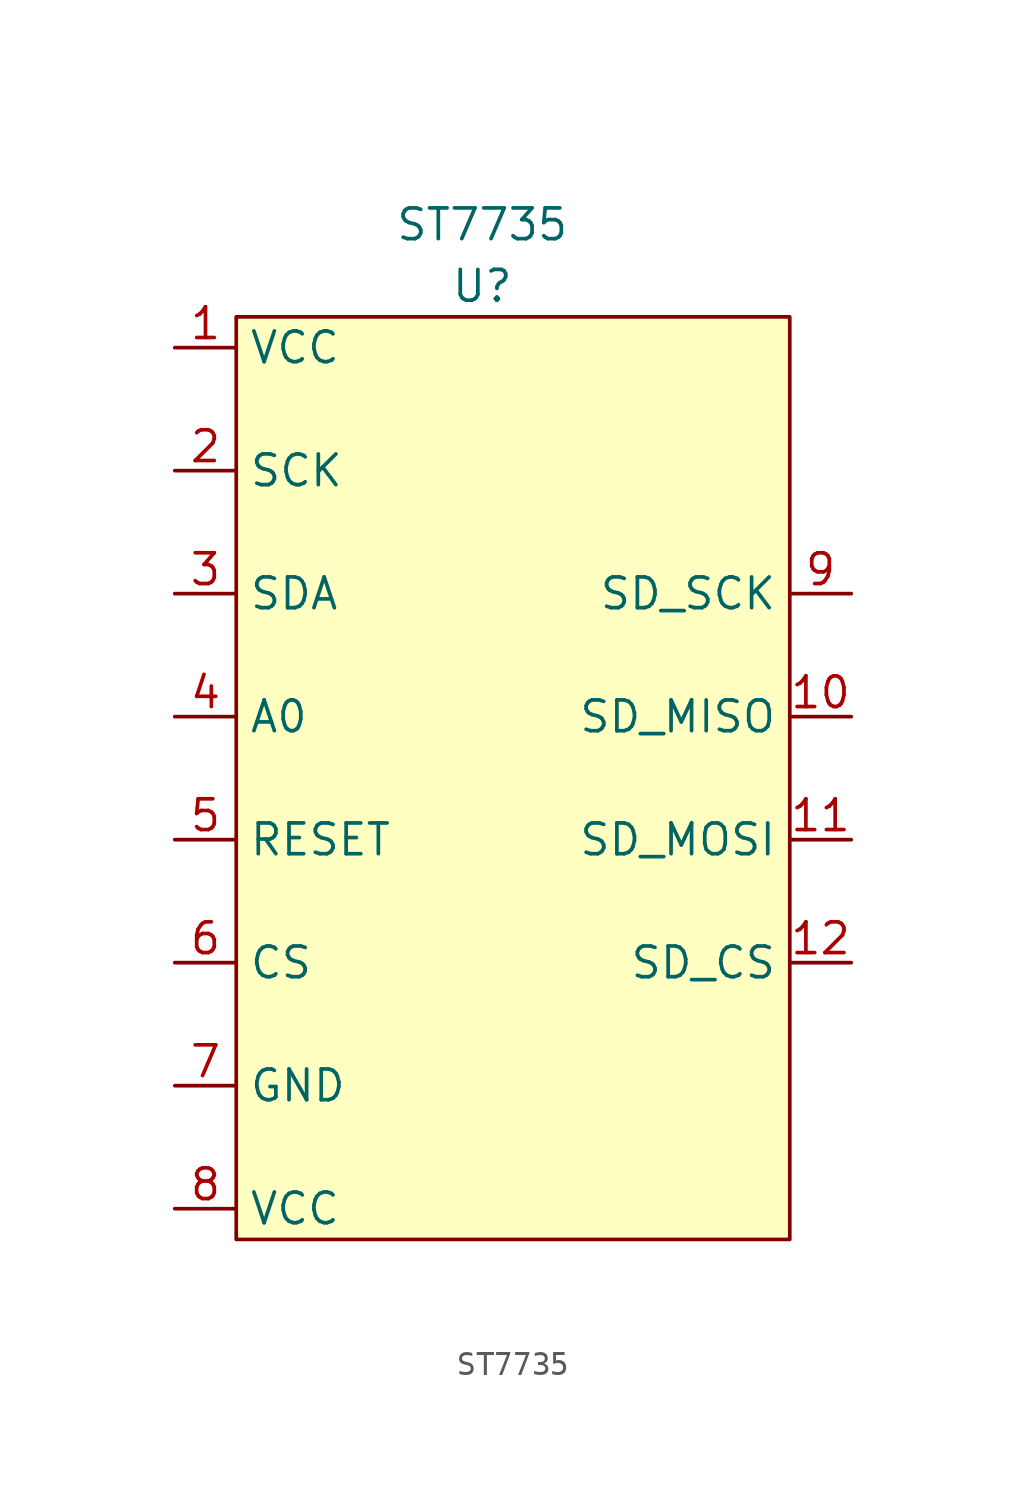
<source format=kicad_sym>
(kicad_symbol_lib
  (version 20211014)
  (generator kicad_symbol_editor)
  (symbol "ST7735"
    (property "Reference" "U"
      (at -1.27 20.32 0)
      (effects (font (size 1.27 1.27))))
    (property "Value" "ST7735"
      (at -1.27 22.86 0)
      (effects (font (size 1.27 1.27))))
    (symbol "ST7735_0_1"
      (rectangle (start -11.43 19.05) (end 11.43 -19.05) (stroke (width 0) (type default) (color 0 0 0 0)) (fill (type background))))
    (symbol "ST7735_1_1"
      (pin input line (at -13.97 17.78 0) (length 2.54) (name "VCC" (effects (font (size 1.27 1.27)))) (number "1" (effects (font (size 1.27 1.27)))))
      (pin output line (at 13.97 2.54 180) (length 2.54) (name "SD_MISO" (effects (font (size 1.27 1.27)))) (number "10" (effects (font (size 1.27 1.27)))))
      (pin output line (at 13.97 -2.54 180) (length 2.54) (name "SD_MOSI" (effects (font (size 1.27 1.27)))) (number "11" (effects (font (size 1.27 1.27)))))
      (pin output line (at 13.97 -7.62 180) (length 2.54) (name "SD_CS" (effects (font (size 1.27 1.27)))) (number "12" (effects (font (size 1.27 1.27)))))
      (pin input line (at -13.97 12.7 0) (length 2.54) (name "SCK" (effects (font (size 1.27 1.27)))) (number "2" (effects (font (size 1.27 1.27)))))
      (pin input line (at -13.97 7.62 0) (length 2.54) (name "SDA" (effects (font (size 1.27 1.27)))) (number "3" (effects (font (size 1.27 1.27)))))
      (pin input line (at -13.97 2.54 0) (length 2.54) (name "A0" (effects (font (size 1.27 1.27)))) (number "4" (effects (font (size 1.27 1.27)))))
      (pin input line (at -13.97 -2.54 0) (length 2.54) (name "RESET" (effects (font (size 1.27 1.27)))) (number "5" (effects (font (size 1.27 1.27)))))
      (pin input line (at -13.97 -7.62 0) (length 2.54) (name "CS" (effects (font (size 1.27 1.27)))) (number "6" (effects (font (size 1.27 1.27)))))
      (pin input line (at -13.97 -12.7 0) (length 2.54) (name "GND" (effects (font (size 1.27 1.27)))) (number "7" (effects (font (size 1.27 1.27)))))
      (pin input line (at -13.97 -17.78 0) (length 2.54) (name "VCC" (effects (font (size 1.27 1.27)))) (number "8" (effects (font (size 1.27 1.27)))))
      (pin output line (at 13.97 7.62 180) (length 2.54) (name "SD_SCK" (effects (font (size 1.27 1.27)))) (number "9" (effects (font (size 1.27 1.27))))))))
</source>
